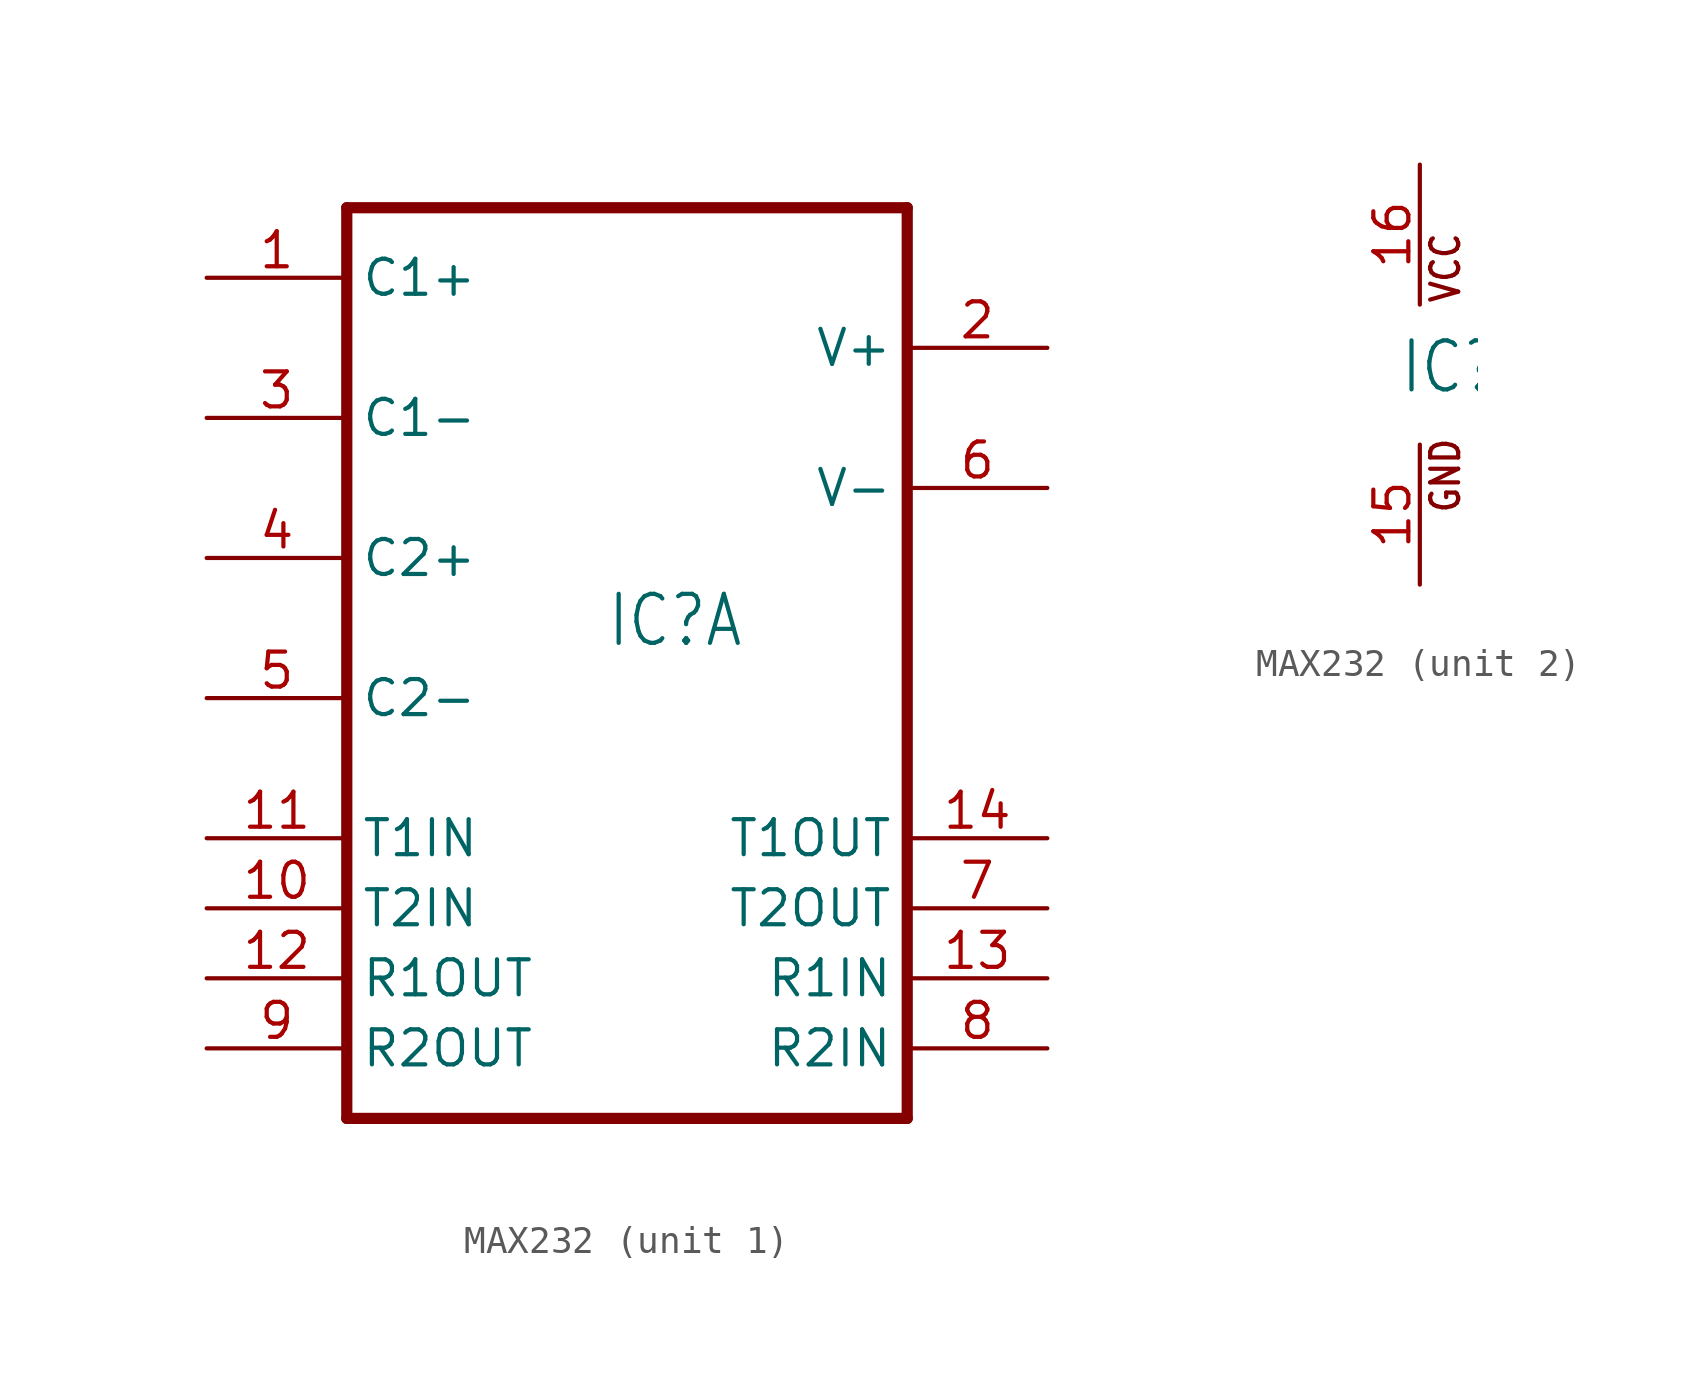
<source format=kicad_sym>
(kicad_symbol_lib
  (version 20211014)
  (generator kicad_symbol_editor)
  (symbol "MAX232"
    (property "Reference" "IC"
      (at -0.762 -0.762 0)
      (effects (font (size 1.778 1.511)) (justify left bottom)))
    (property "ki_locked" ""
      (at 0 0 0)
      (effects (font (size 1.27 1.27))))
    (symbol "MAX232_1_0"
      (polyline (pts (xy -10.16 15.24) (xy -10.16 -17.78)) (stroke (width 0.406) (type default) (color 0 0 0 0)) (fill (type none)))
      (polyline (pts (xy -10.16 15.24) (xy 10.16 15.24)) (stroke (width 0.406) (type default) (color 0 0 0 0)) (fill (type none)))
      (polyline (pts (xy 10.16 -17.78) (xy -10.16 -17.78)) (stroke (width 0.406) (type default) (color 0 0 0 0)) (fill (type none)))
      (polyline (pts (xy 10.16 -17.78) (xy 10.16 15.24)) (stroke (width 0.406) (type default) (color 0 0 0 0)) (fill (type none)))
      (pin bidirectional line (at -15.24 12.7 0) (length 5.08) (name "C1+" (effects (font (size 1.27 1.27)))) (number "1" (effects (font (size 1.27 1.27)))))
      (pin input line (at -15.24 -10.16 0) (length 5.08) (name "T2IN" (effects (font (size 1.27 1.27)))) (number "10" (effects (font (size 1.27 1.27)))))
      (pin input line (at -15.24 -7.62 0) (length 5.08) (name "T1IN" (effects (font (size 1.27 1.27)))) (number "11" (effects (font (size 1.27 1.27)))))
      (pin output line (at -15.24 -12.7 0) (length 5.08) (name "R1OUT" (effects (font (size 1.27 1.27)))) (number "12" (effects (font (size 1.27 1.27)))))
      (pin input line (at 15.24 -12.7 180) (length 5.08) (name "R1IN" (effects (font (size 1.27 1.27)))) (number "13" (effects (font (size 1.27 1.27)))))
      (pin output line (at 15.24 -7.62 180) (length 5.08) (name "T1OUT" (effects (font (size 1.27 1.27)))) (number "14" (effects (font (size 1.27 1.27)))))
      (pin bidirectional line (at 15.24 10.16 180) (length 5.08) (name "V+" (effects (font (size 1.27 1.27)))) (number "2" (effects (font (size 1.27 1.27)))))
      (pin bidirectional line (at -15.24 7.62 0) (length 5.08) (name "C1-" (effects (font (size 1.27 1.27)))) (number "3" (effects (font (size 1.27 1.27)))))
      (pin bidirectional line (at -15.24 2.54 0) (length 5.08) (name "C2+" (effects (font (size 1.27 1.27)))) (number "4" (effects (font (size 1.27 1.27)))))
      (pin bidirectional line (at -15.24 -2.54 0) (length 5.08) (name "C2-" (effects (font (size 1.27 1.27)))) (number "5" (effects (font (size 1.27 1.27)))))
      (pin bidirectional line (at 15.24 5.08 180) (length 5.08) (name "V-" (effects (font (size 1.27 1.27)))) (number "6" (effects (font (size 1.27 1.27)))))
      (pin output line (at 15.24 -10.16 180) (length 5.08) (name "T2OUT" (effects (font (size 1.27 1.27)))) (number "7" (effects (font (size 1.27 1.27)))))
      (pin input line (at 15.24 -15.24 180) (length 5.08) (name "R2IN" (effects (font (size 1.27 1.27)))) (number "8" (effects (font (size 1.27 1.27)))))
      (pin output line (at -15.24 -15.24 0) (length 5.08) (name "R2OUT" (effects (font (size 1.27 1.27)))) (number "9" (effects (font (size 1.27 1.27))))))
    (symbol "MAX232_2_0"
      (text "GND" (at 1.524 -5.08 900) (effects (font (size 1.016 0.864)) (justify left bottom)))
      (text "VCC" (at 1.524 2.54 900) (effects (font (size 1.016 0.864)) (justify left bottom)))
      (pin power_in line (at 0 -7.62 90) (length 5.08) (name "GND" (effects (font (size 0 0)))) (number "15" (effects (font (size 1.27 1.27)))))
      (pin power_in line (at 0 7.62 270) (length 5.08) (name "VCC" (effects (font (size 0 0)))) (number "16" (effects (font (size 1.27 1.27))))))))
</source>
